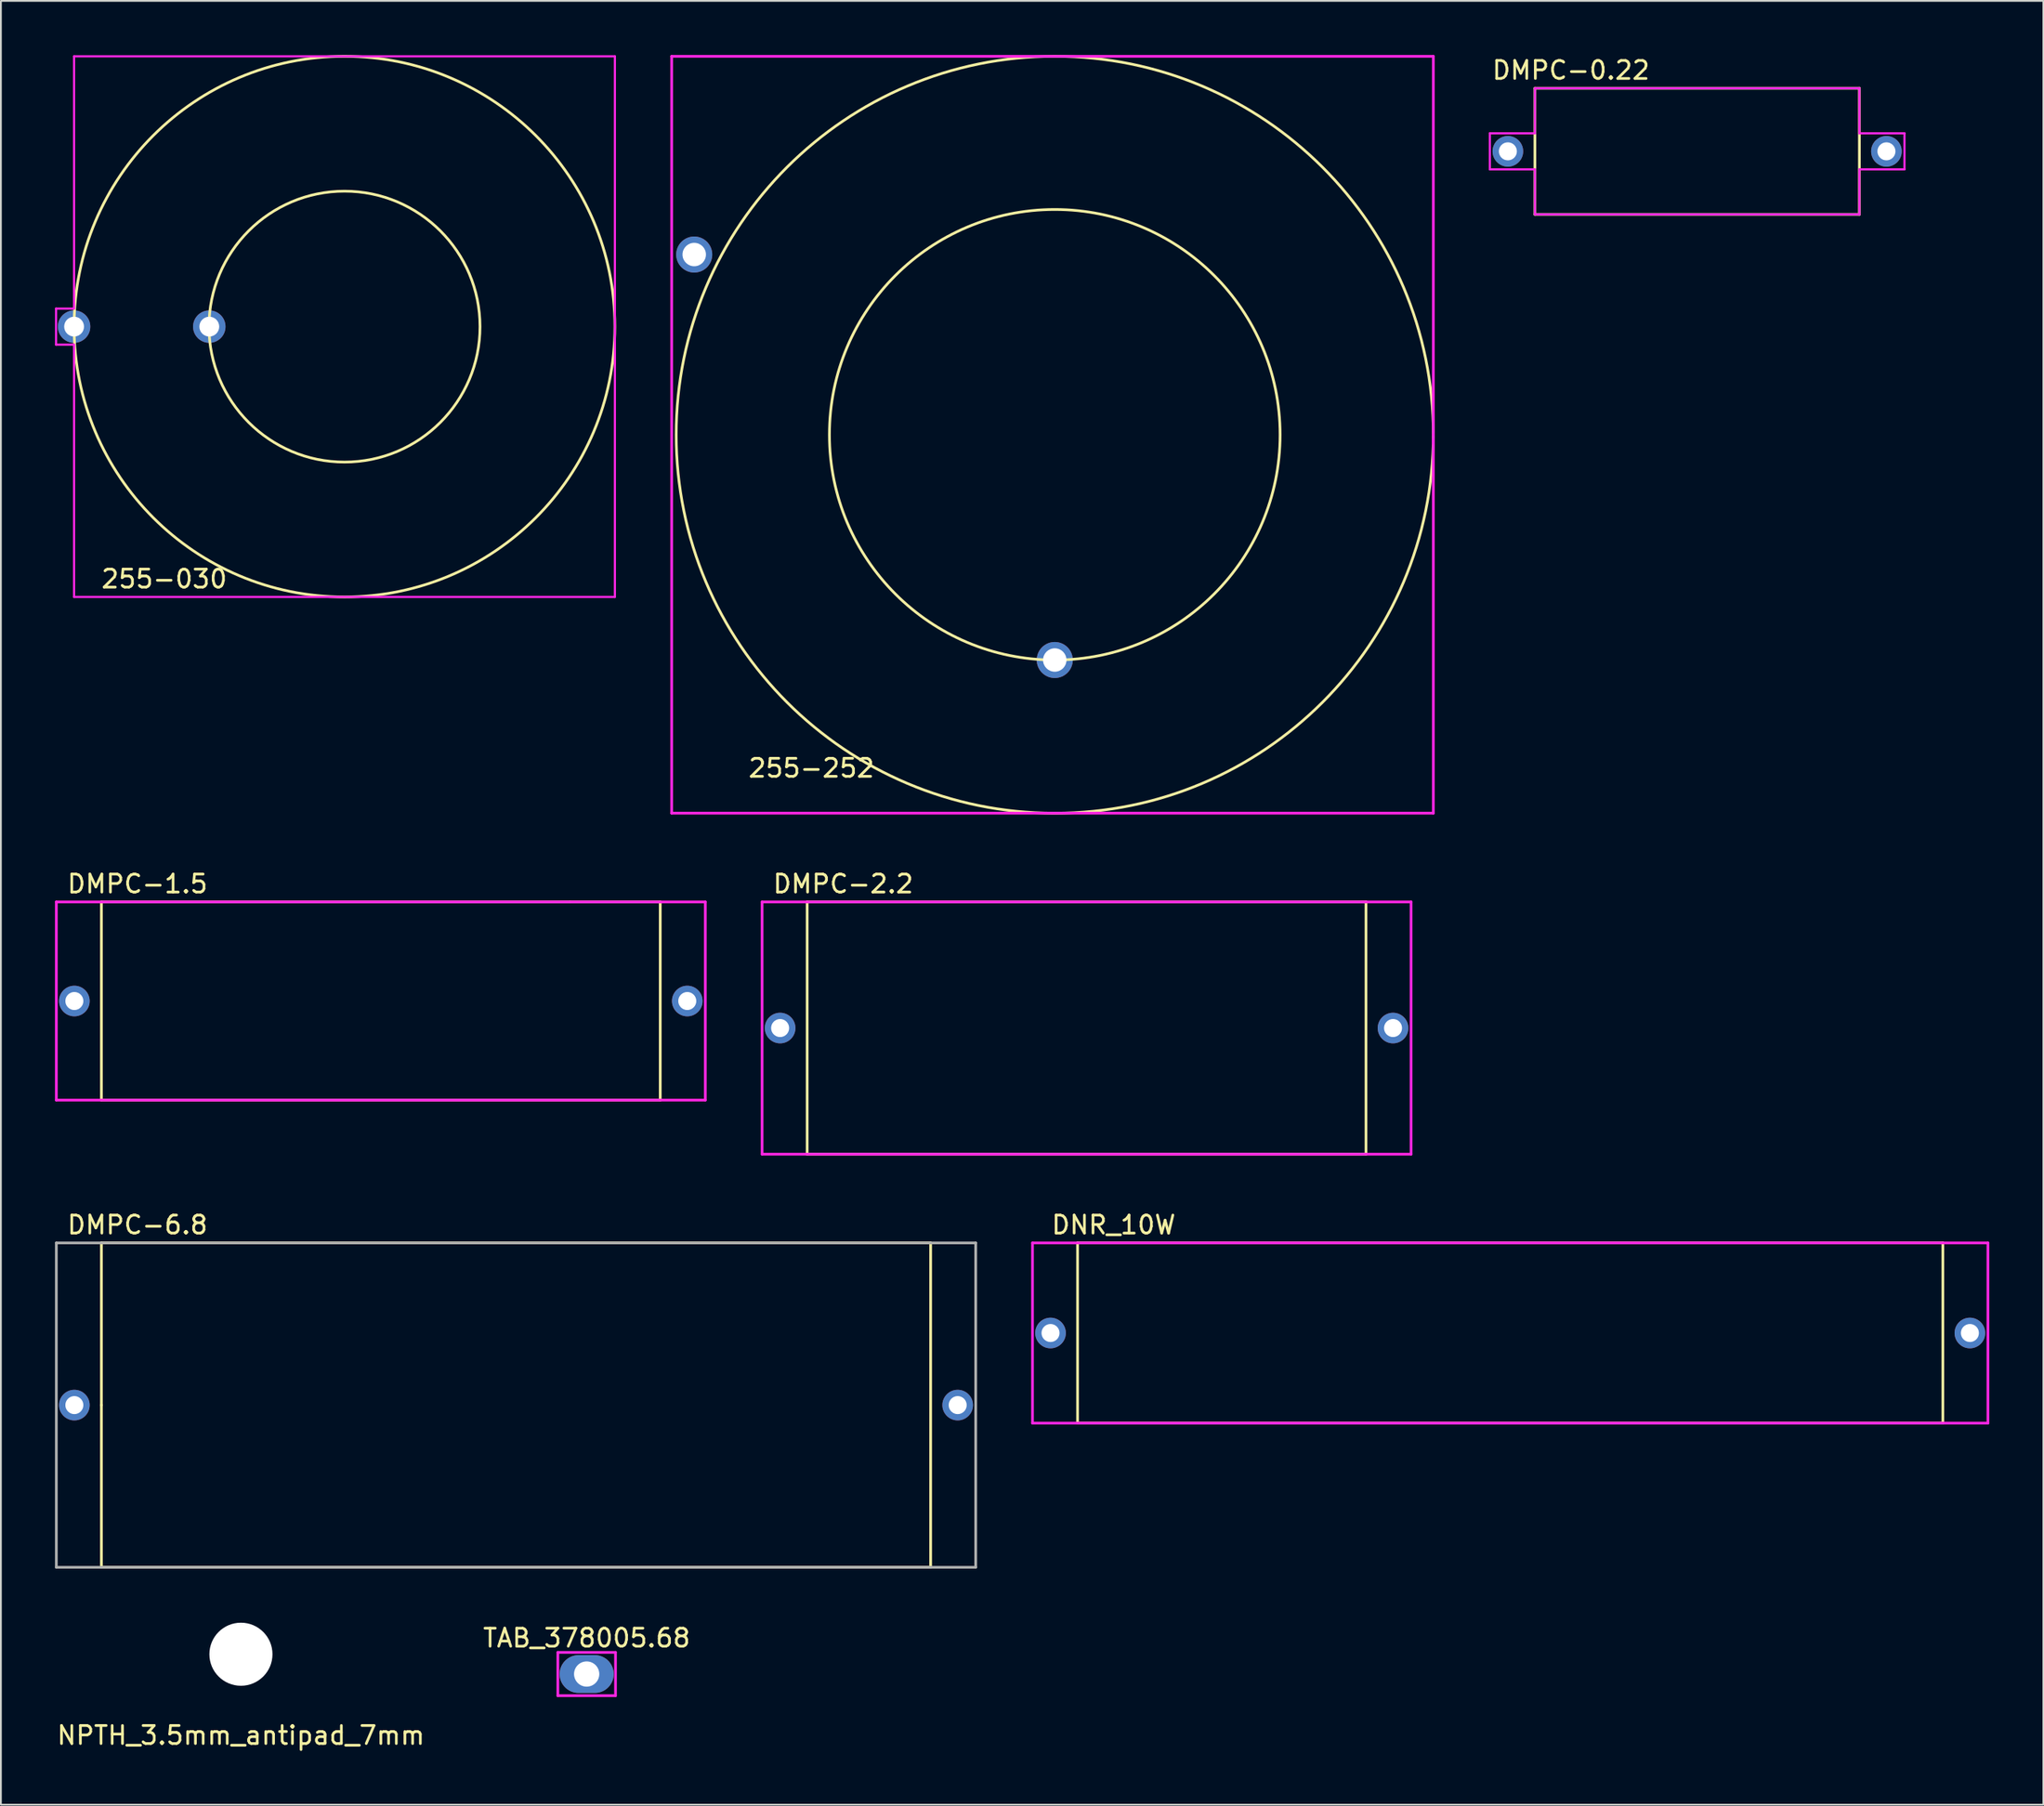
<source format=kicad_pcb>
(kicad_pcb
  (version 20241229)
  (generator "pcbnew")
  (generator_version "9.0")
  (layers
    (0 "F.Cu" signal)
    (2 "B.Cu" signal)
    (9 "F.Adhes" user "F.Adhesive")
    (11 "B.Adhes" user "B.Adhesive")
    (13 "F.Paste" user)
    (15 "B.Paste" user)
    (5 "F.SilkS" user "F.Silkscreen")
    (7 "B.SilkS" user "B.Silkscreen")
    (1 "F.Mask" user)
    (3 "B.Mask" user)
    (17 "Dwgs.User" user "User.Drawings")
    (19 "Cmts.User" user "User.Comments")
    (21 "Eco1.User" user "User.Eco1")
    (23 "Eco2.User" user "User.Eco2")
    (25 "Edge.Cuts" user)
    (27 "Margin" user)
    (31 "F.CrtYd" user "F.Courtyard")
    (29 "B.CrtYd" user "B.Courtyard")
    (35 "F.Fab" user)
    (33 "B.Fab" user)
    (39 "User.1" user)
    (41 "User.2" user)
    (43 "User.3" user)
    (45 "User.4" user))
  (footprint "255-030"
    (layer "F.Cu")
    (at 16.06 15.075)
    (property "Reference" "255-030" (at -10 14 0) (layer "F.SilkS") (effects (font (size 1 1) (thickness 0.15))))
    (attr through_hole)
    (fp_circle (center 0 0) (end 7.5 0.5) (stroke (width 0.15) (type solid)) (fill no) (layer "F.SilkS"))
    (fp_circle (center 0 0) (end 15 0) (stroke (width 0.15) (type solid)) (fill no) (layer "F.SilkS"))
    (fp_line (start -16 -1) (end -15 -1) (stroke (width 0.12) (type solid)) (layer "F.CrtYd"))
    (fp_line (start -16 1) (end -16 -1) (stroke (width 0.12) (type solid)) (layer "F.CrtYd"))
    (fp_line (start -15 -15) (end 15 -15) (stroke (width 0.12) (type solid)) (layer "F.CrtYd"))
    (fp_line (start -15 -1) (end -15 -15) (stroke (width 0.12) (type solid)) (layer "F.CrtYd"))
    (fp_line (start -15 1) (end -16 1) (stroke (width 0.12) (type solid)) (layer "F.CrtYd"))
    (fp_line (start -15 15) (end -15 1) (stroke (width 0.12) (type solid)) (layer "F.CrtYd"))
    (fp_line (start 15 -15) (end 15 15) (stroke (width 0.12) (type solid)) (layer "F.CrtYd"))
    (fp_line (start 15 15) (end -15 15) (stroke (width 0.12) (type solid)) (layer "F.CrtYd"))
    (pad "1" thru_hole circle (at -15 0) (size 1.8 1.8) (drill 1.1) (layers "*.Cu" "*.Mask"))
    (pad "2" thru_hole circle (at -7.5 0) (size 1.8 1.8) (drill 1.1) (layers "*.Cu" "*.Mask")))
  (footprint "NPTH_3.5mm_antipad_7mm"
    (layer "F.Cu")
    (at 10.315 88.746)
    (property "Reference" "NPTH_3.5mm_antipad_7mm" (at 0 4.5 0) (layer "F.SilkS") (effects (font (size 1 1) (thickness 0.15))))
    (attr through_hole)
    (pad "" np_thru_hole circle (at 0 0) (size 3.5 3.5) (drill 3.5) (layers "*.Cu" "*.Mask")))
  (footprint "DNR_10W"
    (layer "F.Cu")
    (at 80.725 70.921)
    (property "Reference" "DNR_10W" (at -22 -6 0) (layer "F.SilkS") (effects (font (size 1 1) (thickness 0.15))))
    (attr through_hole)
    (fp_line (start -24 -5) (end 24 -5) (stroke (width 0.15) (type solid)) (layer "F.SilkS"))
    (fp_line (start -24 5) (end -24 -5) (stroke (width 0.15) (type solid)) (layer "F.SilkS"))
    (fp_line (start 24 -5) (end 24 5) (stroke (width 0.15) (type solid)) (layer "F.SilkS"))
    (fp_line (start 24 5) (end -24 5) (stroke (width 0.15) (type solid)) (layer "F.SilkS"))
    (fp_line (start -26.5 -5) (end 26.5 -5) (stroke (width 0.15) (type solid)) (layer "F.CrtYd"))
    (fp_line (start -26.5 5) (end -26.5 -5) (stroke (width 0.15) (type solid)) (layer "F.CrtYd"))
    (fp_line (start 26.5 -5) (end 26.5 5) (stroke (width 0.15) (type solid)) (layer "F.CrtYd"))
    (fp_line (start 26.5 5) (end -26.5 5) (stroke (width 0.15) (type solid)) (layer "F.CrtYd"))
    (pad "1" thru_hole circle (at -25.5 0) (size 1.7 1.7) (drill 1) (layers "*.Cu" "*.Mask"))
    (pad "2" thru_hole circle (at 25.5 0) (size 1.7 1.7) (drill 1) (layers "*.Cu" "*.Mask")))
  (footprint "DMPC-2.2"
    (layer "F.Cu")
    (at 57.225 53.998)
    (property "Reference" "DMPC-2.2" (at -13.5 -8 0) (layer "F.SilkS") (effects (font (size 1 1) (thickness 0.15))))
    (attr through_hole)
    (fp_line (start -15.5 -7) (end 15.5 -7) (stroke (width 0.15) (type solid)) (layer "F.SilkS"))
    (fp_line (start -15.5 7) (end -15.5 -7) (stroke (width 0.15) (type solid)) (layer "F.SilkS"))
    (fp_line (start 15.5 -7) (end 15.5 7) (stroke (width 0.15) (type solid)) (layer "F.SilkS"))
    (fp_line (start 15.5 7) (end -15.5 7) (stroke (width 0.15) (type solid)) (layer "F.SilkS"))
    (fp_line (start -18 -7) (end 18 -7) (stroke (width 0.15) (type solid)) (layer "F.CrtYd"))
    (fp_line (start -18 7) (end -18 -7) (stroke (width 0.15) (type solid)) (layer "F.CrtYd"))
    (fp_line (start 18 -7) (end 18 7) (stroke (width 0.15) (type solid)) (layer "F.CrtYd"))
    (fp_line (start 18 7) (end -18 7) (stroke (width 0.15) (type solid)) (layer "F.CrtYd"))
    (pad "1" thru_hole circle (at -17 0) (size 1.7 1.7) (drill 1) (layers "*.Cu" "*.Mask"))
    (pad "2" thru_hole circle (at 17 0) (size 1.7 1.7) (drill 1) (layers "*.Cu" "*.Mask")))
  (footprint "DMPC-1.5"
    (layer "F.Cu")
    (at 18.075 52.498)
    (property "Reference" "DMPC-1.5" (at -13.5 -6.5 0) (layer "F.SilkS") (effects (font (size 1 1) (thickness 0.15))))
    (attr through_hole)
    (fp_line (start -15.5 -5.5) (end 10.5 -5.5) (stroke (width 0.15) (type solid)) (layer "F.SilkS"))
    (fp_line (start -15.5 5.5) (end -15.5 -5.5) (stroke (width 0.15) (type solid)) (layer "F.SilkS"))
    (fp_line (start 10.5 -5.5) (end 15.5 -5.5) (stroke (width 0.15) (type solid)) (layer "F.SilkS"))
    (fp_line (start 15.5 -5.5) (end 15.5 5.5) (stroke (width 0.15) (type solid)) (layer "F.SilkS"))
    (fp_line (start 15.5 5.5) (end -15.5 5.5) (stroke (width 0.15) (type solid)) (layer "F.SilkS"))
    (fp_line (start -18 -5.5) (end 18 -5.5) (stroke (width 0.15) (type solid)) (layer "F.CrtYd"))
    (fp_line (start -18 5.5) (end -18 -5.5) (stroke (width 0.15) (type solid)) (layer "F.CrtYd"))
    (fp_line (start 18 -5.5) (end 18 5.5) (stroke (width 0.15) (type solid)) (layer "F.CrtYd"))
    (fp_line (start 18 5.5) (end -18 5.5) (stroke (width 0.15) (type solid)) (layer "F.CrtYd"))
    (pad "1" thru_hole circle (at -17 0) (size 1.7 1.7) (drill 1) (layers "*.Cu" "*.Mask"))
    (pad "2" thru_hole circle (at 17 0) (size 1.7 1.7) (drill 1) (layers "*.Cu" "*.Mask")))
  (footprint "255-252"
    (layer "F.Cu")
    (at 55.46 21.075)
    (property "Reference" "255-252" (at -13.5 18.5 0) (layer "F.SilkS") (effects (font (size 1 1) (thickness 0.15))))
    (attr through_hole)
    (fp_circle (center 0 0) (end 12.5 0) (stroke (width 0.15) (type solid)) (fill no) (layer "F.SilkS"))
    (fp_circle (center 0 0) (end 21 0) (stroke (width 0.15) (type solid)) (fill no) (layer "F.SilkS"))
    (fp_line (start -21.25 -21) (end -21.25 21) (stroke (width 0.15) (type solid)) (layer "F.CrtYd"))
    (fp_line (start -21.25 21) (end 21 21) (stroke (width 0.15) (type solid)) (layer "F.CrtYd"))
    (fp_line (start 21 -21) (end -21.25 -21) (stroke (width 0.15) (type solid)) (layer "F.CrtYd"))
    (fp_line (start 21 0) (end 21 -21) (stroke (width 0.15) (type solid)) (layer "F.CrtYd"))
    (fp_line (start 21 0.5) (end 21 0) (stroke (width 0.15) (type solid)) (layer "F.CrtYd"))
    (fp_line (start 21 21) (end 21 0.25) (stroke (width 0.15) (type solid)) (layer "F.CrtYd"))
    (pad "1" thru_hole circle (at 0 12.5) (size 2 2) (drill 1.3) (layers "*.Cu" "*.Mask"))
    (pad "2" thru_hole circle (at -20 -10) (size 2 2) (drill 1.3) (layers "*.Cu" "*.Mask")))
  (footprint "TAB_378005.68"
    (layer "F.Cu")
    (at 29.494 89.845)
    (property "Reference" "TAB_378005.68" (at 0 -2 0) (layer "F.SilkS") (effects (font (size 1 1) (thickness 0.15))))
    (attr through_hole)
    (fp_line (start -1.6 -1.2) (end 1.6 -1.2) (stroke (width 0.15) (type solid)) (layer "F.CrtYd"))
    (fp_line (start -1.6 1.2) (end -1.6 -1.2) (stroke (width 0.15) (type solid)) (layer "F.CrtYd"))
    (fp_line (start 1.6 -1.2) (end 1.6 1.2) (stroke (width 0.15) (type solid)) (layer "F.CrtYd"))
    (fp_line (start 1.6 1.2) (end -1.6 1.2) (stroke (width 0.15) (type solid)) (layer "F.CrtYd"))
    (pad "1" thru_hole oval (at 0 0) (size 3 2.1) (drill 1.4) (layers "*.Cu" "*.Mask")))
  (footprint "DMPC-6.8"
    (layer "F.Cu")
    (at 25.575 74.921)
    (property "Reference" "DMPC-6.8" (at -21 -10 0) (layer "F.SilkS") (effects (font (size 1 1) (thickness 0.15))))
    (attr through_hole)
    (fp_line (start -23 -9) (end 23 -9) (stroke (width 0.15) (type solid)) (layer "F.SilkS"))
    (fp_line (start -23 0) (end -23 -9) (stroke (width 0.15) (type solid)) (layer "F.SilkS"))
    (fp_line (start -23 9) (end -23 0) (stroke (width 0.15) (type solid)) (layer "F.SilkS"))
    (fp_line (start 23 -9) (end 23 9) (stroke (width 0.15) (type solid)) (layer "F.SilkS"))
    (fp_line (start 23 9) (end -23 9) (stroke (width 0.15) (type solid)) (layer "F.SilkS"))
    (fp_line (start -25.5 -9) (end 25.5 -9) (stroke (width 0.15) (type solid)) (layer "F.Fab"))
    (fp_line (start -25.5 9) (end -25.5 -9) (stroke (width 0.15) (type solid)) (layer "F.Fab"))
    (fp_line (start 25.5 -9) (end 25.5 9) (stroke (width 0.15) (type solid)) (layer "F.Fab"))
    (fp_line (start 25.5 9) (end -25.5 9) (stroke (width 0.15) (type solid)) (layer "F.Fab"))
    (pad "1" thru_hole circle (at -24.5 0) (size 1.7 1.7) (drill 1) (layers "*.Cu" "*.Mask"))
    (pad "2" thru_hole circle (at 24.5 0) (size 1.7 1.7) (drill 1) (layers "*.Cu" "*.Mask")))
  (footprint "DMPC-0.22"
    (layer "F.Cu")
    (at 91.095 5.348)
    (property "Reference" "DMPC-0.22" (at -7 -4.5 0) (layer "F.SilkS") (effects (font (size 1 1) (thickness 0.15))))
    (attr through_hole)
    (fp_line (start -9 -3.5) (end 9 -3.5) (stroke (width 0.15) (type solid)) (layer "F.SilkS"))
    (fp_line (start -9 3.5) (end -9 -3.5) (stroke (width 0.15) (type solid)) (layer "F.SilkS"))
    (fp_line (start 9 -3.5) (end 9 3.5) (stroke (width 0.15) (type solid)) (layer "F.SilkS"))
    (fp_line (start 9 3.5) (end -9 3.5) (stroke (width 0.15) (type solid)) (layer "F.SilkS"))
    (fp_line (start -11.5 -1) (end -9 -1) (stroke (width 0.12) (type solid)) (layer "F.CrtYd"))
    (fp_line (start -11.5 1) (end -11.5 -1) (stroke (width 0.12) (type solid)) (layer "F.CrtYd"))
    (fp_line (start -9 -3.5) (end 9 -3.5) (stroke (width 0.12) (type solid)) (layer "F.CrtYd"))
    (fp_line (start -9 -1) (end -9 -3.5) (stroke (width 0.12) (type solid)) (layer "F.CrtYd"))
    (fp_line (start -9 1) (end -11.5 1) (stroke (width 0.12) (type solid)) (layer "F.CrtYd"))
    (fp_line (start -9 3.5) (end -9 1) (stroke (width 0.12) (type solid)) (layer "F.CrtYd"))
    (fp_line (start 9 -3.5) (end 9 -1) (stroke (width 0.12) (type solid)) (layer "F.CrtYd"))
    (fp_line (start 9 -1) (end 11.5 -1) (stroke (width 0.12) (type solid)) (layer "F.CrtYd"))
    (fp_line (start 9 1) (end 9 3.5) (stroke (width 0.12) (type solid)) (layer "F.CrtYd"))
    (fp_line (start 9 3.5) (end -9 3.5) (stroke (width 0.12) (type solid)) (layer "F.CrtYd"))
    (fp_line (start 11.5 -1) (end 11.5 1) (stroke (width 0.12) (type solid)) (layer "F.CrtYd"))
    (fp_line (start 11.5 1) (end 9 1) (stroke (width 0.12) (type solid)) (layer "F.CrtYd"))
    (pad "1" thru_hole circle (at -10.5 0) (size 1.7 1.7) (drill 1) (layers "*.Cu" "*.Mask"))
    (pad "2" thru_hole circle (at 10.5 0) (size 1.7 1.7) (drill 1) (layers "*.Cu" "*.Mask")))
  (gr_rect
    (start -3 -3)
    (end 110.3 97.095)
    (stroke (width 0.1) (type default))
    (fill no)
    (layer "Edge.Cuts")))
</source>
